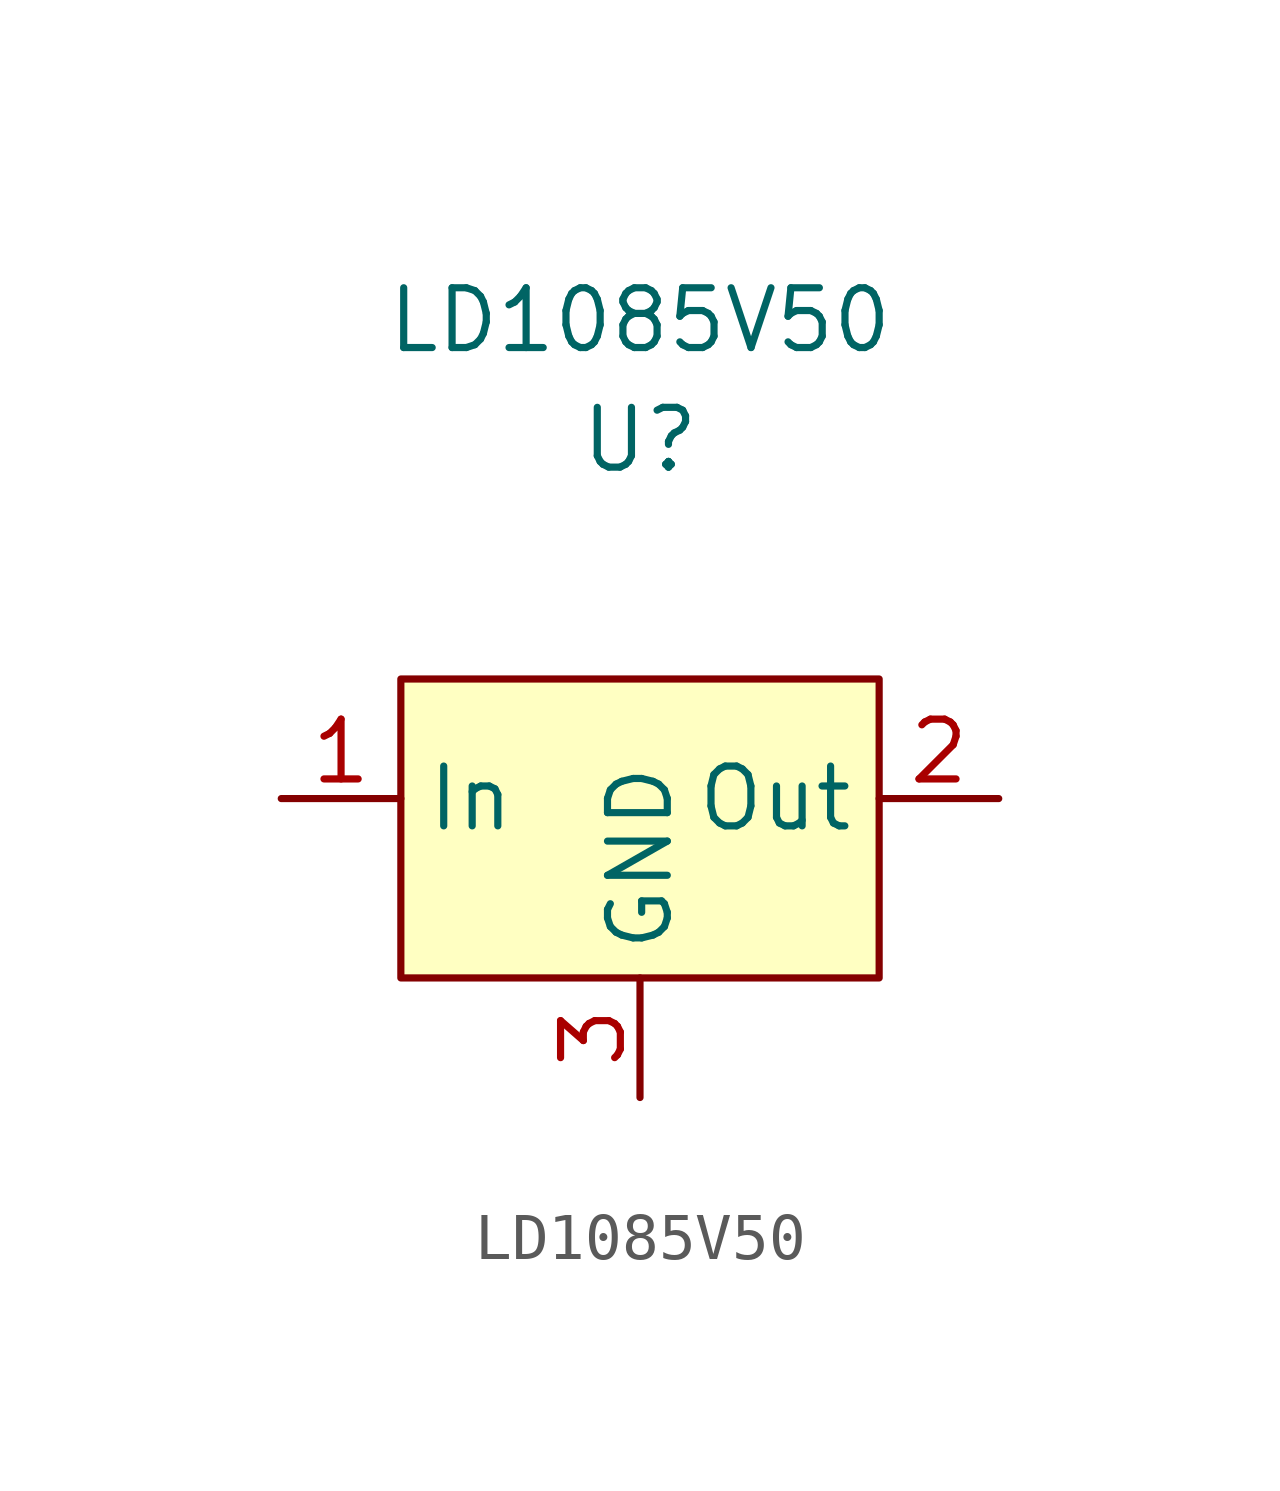
<source format=kicad_sym>
(kicad_symbol_lib
  (version 20231120)
  (generator "kicad_symbol_editor")
  (generator_version "8.0")
  (symbol "LD1085V50"
    (property "Reference" "U"
      (at 0 8.89 0)
      (effects (font (size 1.27 1.27))))
    (property "Value" "LD1085V50"
      (at 0 11.43 0)
      (effects (font (size 1.27 1.27))))
    (symbol "LD1085V50_0_1"
      (rectangle (start -5.08 3.81) (end 5.08 -2.54) (stroke (width 0) (type default)) (fill (type background))))
    (symbol "LD1085V50_1_1"
      (pin power_in line (at -7.62 1.27 0) (length 2.54) (name "In" (effects (font (size 1.27 1.27)))) (number "1" (effects (font (size 1.27 1.27)))))
      (pin power_out line (at 7.62 1.27 180) (length 2.54) (name "Out" (effects (font (size 1.27 1.27)))) (number "2" (effects (font (size 1.27 1.27)))))
      (pin power_in line (at 0 -5.08 90) (length 2.54) (name "GND" (effects (font (size 1.27 1.27)))) (number "3" (effects (font (size 1.27 1.27))))))))
</source>
